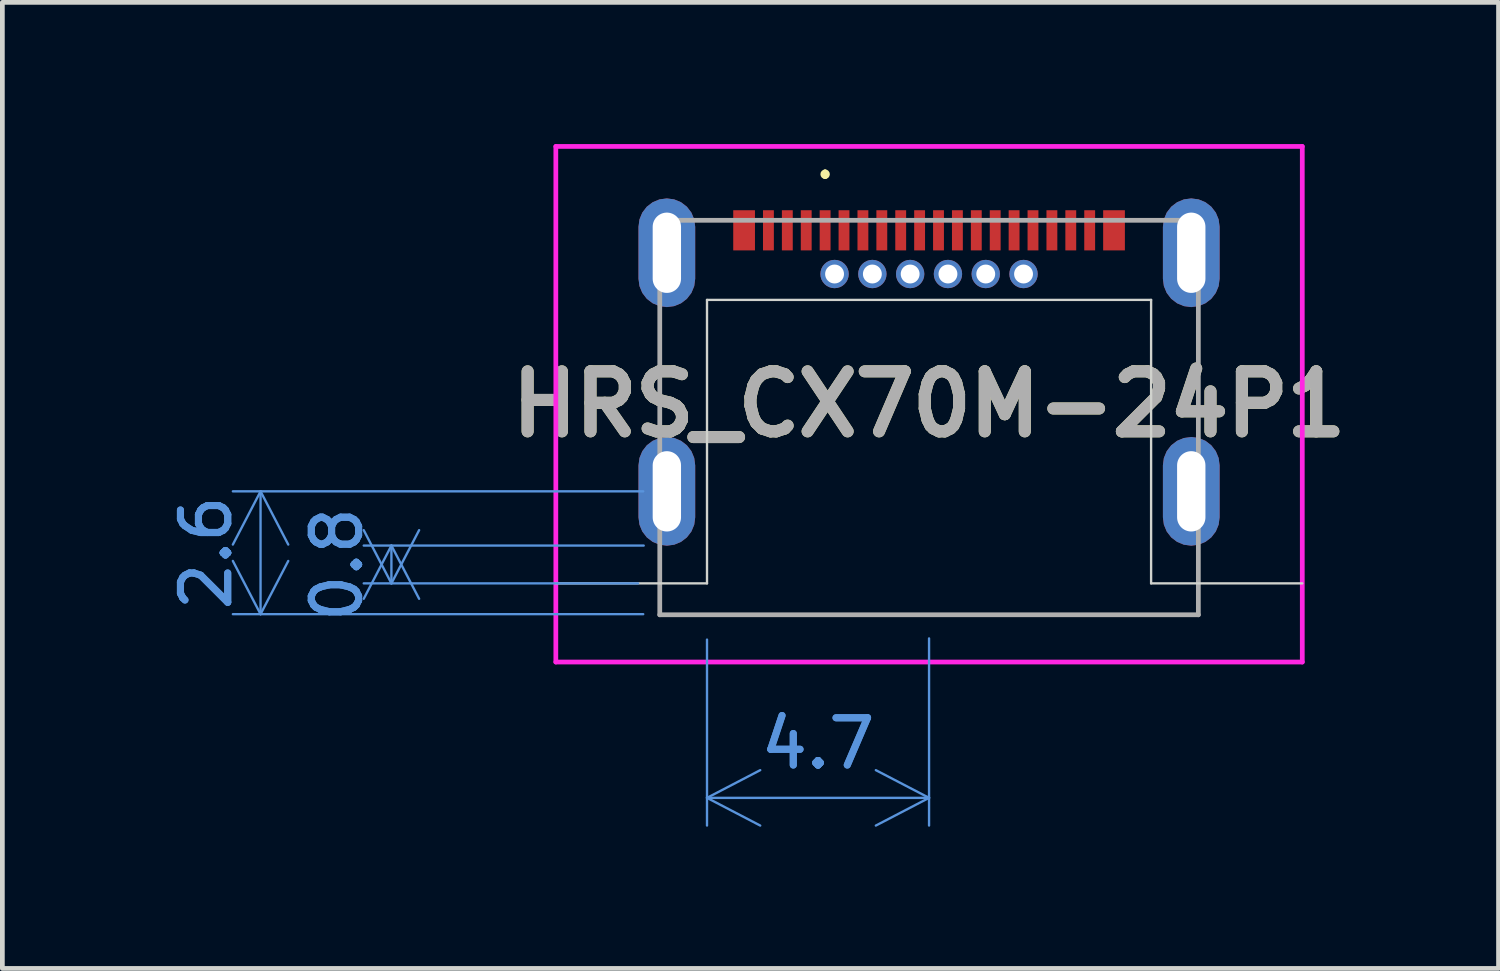
<source format=kicad_pcb>
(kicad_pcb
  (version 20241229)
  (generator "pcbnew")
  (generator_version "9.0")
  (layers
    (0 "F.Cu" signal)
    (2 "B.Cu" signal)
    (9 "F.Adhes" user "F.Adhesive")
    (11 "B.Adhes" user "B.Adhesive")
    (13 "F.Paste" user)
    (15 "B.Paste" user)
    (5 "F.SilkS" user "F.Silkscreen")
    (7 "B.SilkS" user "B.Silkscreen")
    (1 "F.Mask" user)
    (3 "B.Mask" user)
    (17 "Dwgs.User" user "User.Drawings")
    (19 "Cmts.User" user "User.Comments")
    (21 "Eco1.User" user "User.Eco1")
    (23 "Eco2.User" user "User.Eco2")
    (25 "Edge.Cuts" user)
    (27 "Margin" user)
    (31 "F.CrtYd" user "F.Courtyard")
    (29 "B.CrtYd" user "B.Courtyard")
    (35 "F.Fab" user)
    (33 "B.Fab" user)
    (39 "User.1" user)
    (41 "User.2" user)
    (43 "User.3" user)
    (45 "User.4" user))
  (footprint "HRS_CX70M-24P1"
    (layer "F.Cu")
    (at 16.615 5.788)
    (property "Reference" "HRS_CX70M-24P1" (at 0 -0.282 0) (layer "F.SilkS") (effects (font (size 1.27 1.27) (thickness 0.254))))
    (attr through_hole)
    (fp_line (start -2.2 -5.2) (end -2.2 -5.2) (stroke (width 0.1) (type solid)) (layer "F.SilkS"))
    (fp_line (start -2.2 -5.1) (end -2.2 -5.1) (stroke (width 0.1) (type solid)) (layer "F.SilkS"))
    (fp_arc (start -2.2 -5.2) (mid -2.15 -5.15) (end -2.2 -5.1) (stroke (width 0.1) (type solid)) (layer "F.SilkS"))
    (fp_arc (start -2.2 -5.1) (mid -2.25 -5.15) (end -2.2 -5.2) (stroke (width 0.1) (type solid)) (layer "F.SilkS"))
    (fp_line (start -7.9 3.51) (end -4.7 3.51) (stroke (width 0.05) (type solid)) (layer "Edge.Cuts"))
    (fp_line (start -4.7 -2.49) (end 4.7 -2.49) (stroke (width 0.05) (type default)) (layer "Edge.Cuts"))
    (fp_line (start -4.7 3.51) (end -4.7 -2.49) (stroke (width 0.05) (type default)) (layer "Edge.Cuts"))
    (fp_line (start 4.7 3.51) (end 4.7 -2.49) (stroke (width 0.05) (type default)) (layer "Edge.Cuts"))
    (fp_line (start 4.7 3.51) (end 7.9 3.51) (stroke (width 0.05) (type solid)) (layer "Edge.Cuts"))
    (fp_line (start -7.9 -5.738) (end 7.9 -5.738) (stroke (width 0.1) (type solid)) (layer "F.CrtYd"))
    (fp_line (start -7.9 5.175) (end -7.9 -5.738) (stroke (width 0.1) (type solid)) (layer "F.CrtYd"))
    (fp_line (start 7.9 -5.738) (end 7.9 5.175) (stroke (width 0.1) (type solid)) (layer "F.CrtYd"))
    (fp_line (start 7.9 5.175) (end -7.9 5.175) (stroke (width 0.1) (type solid)) (layer "F.CrtYd"))
    (fp_line (start -5.7 -4.175) (end -5.7 4.175) (stroke (width 0.1) (type solid)) (layer "F.Fab"))
    (fp_line (start -5.7 4.175) (end 5.7 4.175) (stroke (width 0.1) (type solid)) (layer "F.Fab"))
    (fp_line (start 5.7 -4.175) (end -5.7 -4.175) (stroke (width 0.1) (type solid)) (layer "F.Fab"))
    (fp_line (start 5.7 4.175) (end 5.7 -4.175) (stroke (width 0.1) (type solid)) (layer "F.Fab"))
    (fp_text user "${REFERENCE}" (at 0 -0.282 0) (layer "F.Fab") (effects (font (size 1.27 1.27) (thickness 0.254))))
    (dimension (type orthogonal) (layer "Cmts.User") (pts (xy 16.615 9.963) (xy 11.915 9.988)) (height 3.875) (orientation 0) (format (prefix "") (suffix "") (units 3) (units_format 0) (precision 4) (suppress_zeroes yes)) (style (thickness 0.05) (arrow_length 1.27) (text_position_mode 0) (arrow_direction outward) (extension_height 0.586) (extension_offset 0.5) (keep_text_aligned yes)) (gr_text "4.7" (at 14.265 12.688 0) (layer "Cmts.User") (effects (font (size 1 1) (thickness 0.15)))))
    (dimension (type orthogonal) (layer "Cmts.User") (pts (xy 11.065 9.95) (xy 11.065 7.35)) (height -8.6) (orientation 1) (format (prefix "") (suffix "") (units 3) (units_format 0) (precision 4) (suppress_zeroes yes)) (style (thickness 0.05) (arrow_length 1.27) (text_position_mode 0) (arrow_direction outward) (extension_height 0.586) (extension_offset 0.5) (keep_text_aligned yes)) (gr_text "2.6" (at 1.315 8.65 90) (layer "Cmts.User") (effects (font (size 1 1) (thickness 0.15)))))
    (dimension (type orthogonal) (layer "Cmts.User") (pts (xy 11.075 8.498) (xy 10.955 9.298)) (height -5.84) (orientation 1) (format (prefix "") (suffix "") (units 3) (units_format 0) (precision 4) (suppress_zeroes yes)) (style (thickness 0.05) (arrow_length 1.27) (text_position_mode 0) (arrow_direction outward) (extension_height 0.586) (extension_offset 0.5) (keep_text_aligned yes)) (gr_text "0.8" (at 4.085 8.898 90) (layer "Cmts.User") (effects (font (size 1 1) (thickness 0.15)))))
    (pad "A1" smd rect (at -2.2 -3.963) (size 0.23 0.85) (layers "F.Cu" "F.Mask" "F.Paste"))
    (pad "A2" smd rect (at -1.8 -3.963) (size 0.23 0.85) (layers "F.Cu" "F.Mask" "F.Paste"))
    (pad "A3" smd rect (at -1.4 -3.963) (size 0.23 0.85) (layers "F.Cu" "F.Mask" "F.Paste"))
    (pad "A4" smd rect (at -1 -3.963) (size 0.23 0.85) (layers "F.Cu" "F.Mask" "F.Paste"))
    (pad "A5" smd rect (at -0.6 -3.963) (size 0.23 0.85) (layers "F.Cu" "F.Mask" "F.Paste"))
    (pad "A6" smd rect (at -0.2 -3.963) (size 0.23 0.85) (layers "F.Cu" "F.Mask" "F.Paste"))
    (pad "A7" smd rect (at 0.2 -3.963) (size 0.23 0.85) (layers "F.Cu" "F.Mask" "F.Paste"))
    (pad "A8" smd rect (at 0.6 -3.963) (size 0.23 0.85) (layers "F.Cu" "F.Mask" "F.Paste"))
    (pad "A9" smd rect (at 1 -3.963) (size 0.23 0.85) (layers "F.Cu" "F.Mask" "F.Paste"))
    (pad "A10" smd rect (at 1.4 -3.963) (size 0.23 0.85) (layers "F.Cu" "F.Mask" "F.Paste"))
    (pad "A11" smd rect (at 1.8 -3.963) (size 0.23 0.85) (layers "F.Cu" "F.Mask" "F.Paste"))
    (pad "A12" smd rect (at 2.2 -3.963) (size 0.23 0.85) (layers "F.Cu" "F.Mask" "F.Paste"))
    (pad "B1" smd rect (at 3.4 -3.963) (size 0.23 0.85) (layers "F.Cu" "F.Mask" "F.Paste"))
    (pad "B2" smd rect (at 3 -3.963) (size 0.23 0.85) (layers "F.Cu" "F.Mask" "F.Paste"))
    (pad "B3" smd rect (at 2.6 -3.963) (size 0.23 0.85) (layers "F.Cu" "F.Mask" "F.Paste"))
    (pad "B4" thru_hole circle (at 2 -3.038) (size 0.6 0.6) (drill 0.4) (layers "*.Cu" "*.Mask"))
    (pad "B5" thru_hole circle (at 1.2 -3.038) (size 0.6 0.6) (drill 0.4) (layers "*.Cu" "*.Mask"))
    (pad "B6" thru_hole circle (at 0.4 -3.038) (size 0.6 0.6) (drill 0.4) (layers "*.Cu" "*.Mask"))
    (pad "B7" thru_hole circle (at -0.4 -3.038) (size 0.6 0.6) (drill 0.4) (layers "*.Cu" "*.Mask"))
    (pad "B8" thru_hole circle (at -1.2 -3.038) (size 0.6 0.6) (drill 0.4) (layers "*.Cu" "*.Mask"))
    (pad "B9" thru_hole circle (at -2 -3.038) (size 0.6 0.6) (drill 0.4) (layers "*.Cu" "*.Mask"))
    (pad "B10" smd rect (at -2.6 -3.963) (size 0.23 0.85) (layers "F.Cu" "F.Mask" "F.Paste"))
    (pad "B11" smd rect (at -3 -3.963) (size 0.23 0.85) (layers "F.Cu" "F.Mask" "F.Paste"))
    (pad "B12" smd rect (at -3.4 -3.963) (size 0.23 0.85) (layers "F.Cu" "F.Mask" "F.Paste"))
    (pad "MH1" thru_hole roundrect (at -5.55 -3.488) (size 1.2 2.3) (drill oval 0.6 1.7) (layers "*.Cu" "*.Mask") (roundrect_rratio 0.5))
    (pad "MH2" thru_hole roundrect (at 5.55 -3.488) (size 1.2 2.3) (drill oval 0.6 1.7) (layers "*.Cu" "*.Mask") (roundrect_rratio 0.5))
    (pad "MH3" thru_hole roundrect (at 5.55 1.562) (size 1.2 2.3) (drill oval 0.6 1.7) (layers "*.Cu" "*.Mask") (roundrect_rratio 0.5))
    (pad "MH4" thru_hole roundrect (at -5.55 1.562) (size 1.2 2.3) (drill oval 0.6 1.7) (layers "*.Cu" "*.Mask") (roundrect_rratio 0.5))
    (pad "MP1" smd rect (at -3.915 -3.963) (size 0.46 0.85) (layers "F.Cu" "F.Mask" "F.Paste"))
    (pad "MP2" smd rect (at 3.915 -3.963) (size 0.46 0.85) (layers "F.Cu" "F.Mask" "F.Paste")))
  (gr_rect
    (start -3 -3)
    (end 28.669 17.449)
    (stroke (width 0.1) (type default))
    (fill no)
    (layer "Edge.Cuts")))
</source>
